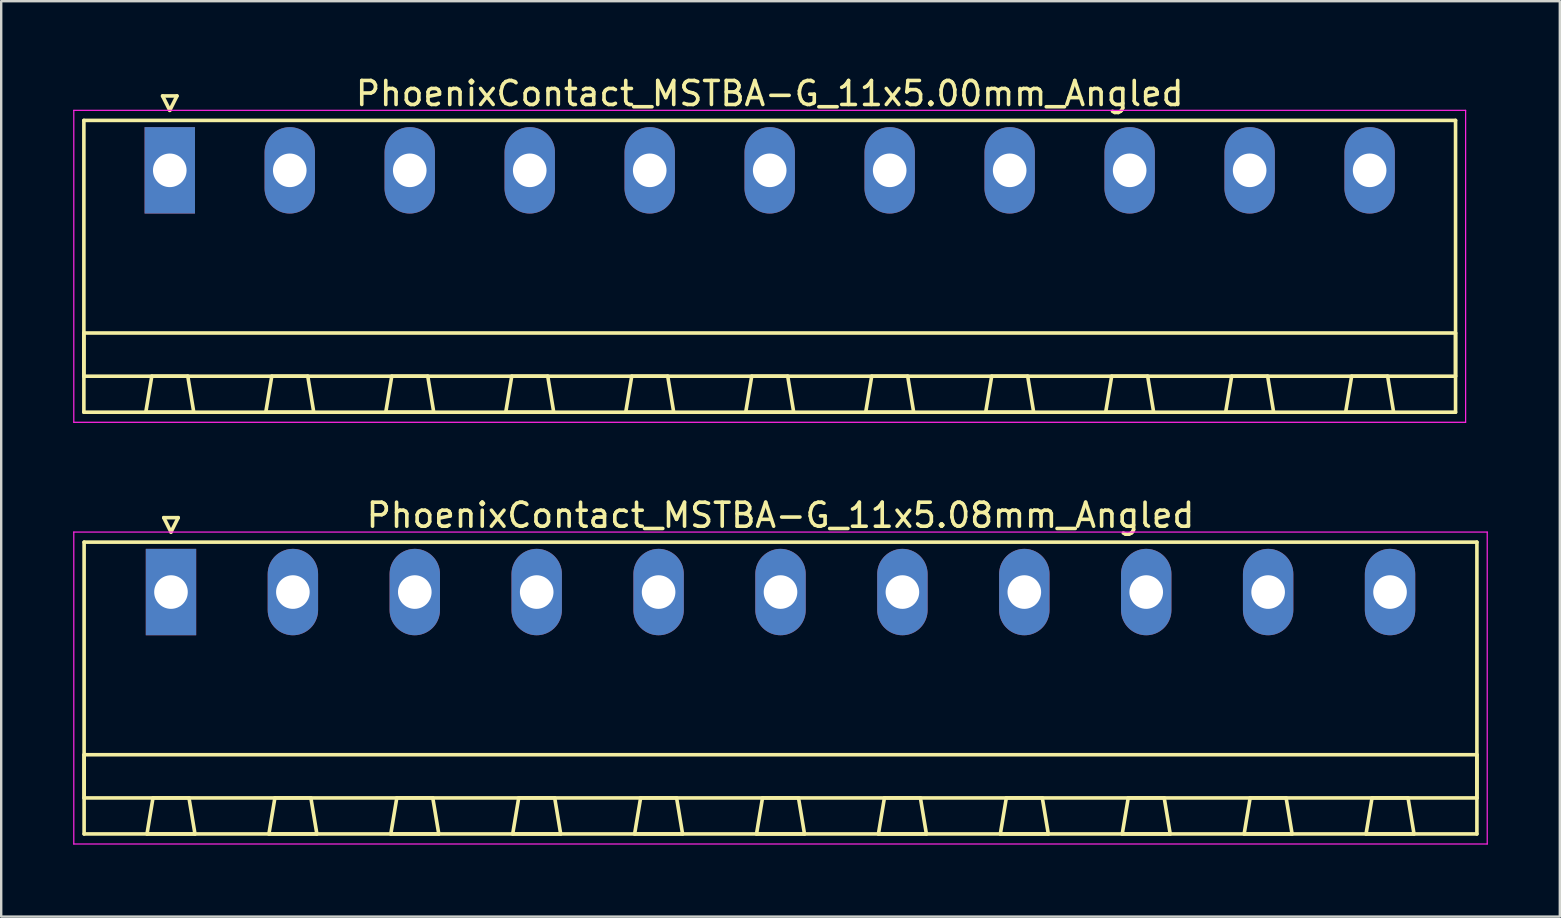
<source format=kicad_pcb>
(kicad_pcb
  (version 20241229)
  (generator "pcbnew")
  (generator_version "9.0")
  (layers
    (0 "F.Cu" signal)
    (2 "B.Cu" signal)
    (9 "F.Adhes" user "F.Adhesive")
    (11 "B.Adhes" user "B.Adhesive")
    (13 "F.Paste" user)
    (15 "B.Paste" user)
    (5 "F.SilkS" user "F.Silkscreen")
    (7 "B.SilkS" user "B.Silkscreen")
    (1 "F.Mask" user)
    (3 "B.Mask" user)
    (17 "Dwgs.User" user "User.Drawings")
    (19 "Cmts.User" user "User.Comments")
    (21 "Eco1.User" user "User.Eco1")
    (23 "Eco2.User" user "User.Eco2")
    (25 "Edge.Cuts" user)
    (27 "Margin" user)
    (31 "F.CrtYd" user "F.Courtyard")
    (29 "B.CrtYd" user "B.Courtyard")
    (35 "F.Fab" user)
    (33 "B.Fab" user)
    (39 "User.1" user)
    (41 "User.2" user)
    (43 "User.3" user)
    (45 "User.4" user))
  (footprint "PhoenixContact_MSTBA-G_11x5.00mm_Angled"
    (layer "F.Cu")
    (at 4.025 4.048)
    (property "Reference" "PhoenixContact_MSTBA-G_11x5.00mm_Angled" (at 25 -3.2 0) (layer "F.SilkS") (effects (font (size 1 1) (thickness 0.15))))
    (attr through_hole)
    (fp_line (start -3.58 -2.08) (end -3.58 10.08) (stroke (width 0.15) (type solid)) (layer "F.SilkS"))
    (fp_line (start -3.58 6.78) (end 53.58 6.78) (stroke (width 0.15) (type solid)) (layer "F.SilkS"))
    (fp_line (start -3.58 8.58) (end -3.58 6.78) (stroke (width 0.15) (type solid)) (layer "F.SilkS"))
    (fp_line (start -3.58 10.08) (end 53.58 10.08) (stroke (width 0.15) (type solid)) (layer "F.SilkS"))
    (fp_line (start -1 10.08) (end 1 10.08) (stroke (width 0.15) (type solid)) (layer "F.SilkS"))
    (fp_line (start -0.75 8.58) (end -1 10.08) (stroke (width 0.15) (type solid)) (layer "F.SilkS"))
    (fp_line (start -0.3 -3.1) (end 0 -2.5) (stroke (width 0.15) (type solid)) (layer "F.SilkS"))
    (fp_line (start 0 -2.5) (end 0.3 -3.1) (stroke (width 0.15) (type solid)) (layer "F.SilkS"))
    (fp_line (start 0.3 -3.1) (end -0.3 -3.1) (stroke (width 0.15) (type solid)) (layer "F.SilkS"))
    (fp_line (start 0.75 8.58) (end -0.75 8.58) (stroke (width 0.15) (type solid)) (layer "F.SilkS"))
    (fp_line (start 1 10.08) (end 0.75 8.58) (stroke (width 0.15) (type solid)) (layer "F.SilkS"))
    (fp_line (start 4 10.08) (end 6 10.08) (stroke (width 0.15) (type solid)) (layer "F.SilkS"))
    (fp_line (start 4.25 8.58) (end 4 10.08) (stroke (width 0.15) (type solid)) (layer "F.SilkS"))
    (fp_line (start 5.75 8.58) (end 4.25 8.58) (stroke (width 0.15) (type solid)) (layer "F.SilkS"))
    (fp_line (start 6 10.08) (end 5.75 8.58) (stroke (width 0.15) (type solid)) (layer "F.SilkS"))
    (fp_line (start 9 10.08) (end 11 10.08) (stroke (width 0.15) (type solid)) (layer "F.SilkS"))
    (fp_line (start 9.25 8.58) (end 9 10.08) (stroke (width 0.15) (type solid)) (layer "F.SilkS"))
    (fp_line (start 10.75 8.58) (end 9.25 8.58) (stroke (width 0.15) (type solid)) (layer "F.SilkS"))
    (fp_line (start 11 10.08) (end 10.75 8.58) (stroke (width 0.15) (type solid)) (layer "F.SilkS"))
    (fp_line (start 14 10.08) (end 16 10.08) (stroke (width 0.15) (type solid)) (layer "F.SilkS"))
    (fp_line (start 14.25 8.58) (end 14 10.08) (stroke (width 0.15) (type solid)) (layer "F.SilkS"))
    (fp_line (start 15.75 8.58) (end 14.25 8.58) (stroke (width 0.15) (type solid)) (layer "F.SilkS"))
    (fp_line (start 16 10.08) (end 15.75 8.58) (stroke (width 0.15) (type solid)) (layer "F.SilkS"))
    (fp_line (start 19 10.08) (end 21 10.08) (stroke (width 0.15) (type solid)) (layer "F.SilkS"))
    (fp_line (start 19.25 8.58) (end 19 10.08) (stroke (width 0.15) (type solid)) (layer "F.SilkS"))
    (fp_line (start 20.75 8.58) (end 19.25 8.58) (stroke (width 0.15) (type solid)) (layer "F.SilkS"))
    (fp_line (start 21 10.08) (end 20.75 8.58) (stroke (width 0.15) (type solid)) (layer "F.SilkS"))
    (fp_line (start 24 10.08) (end 26 10.08) (stroke (width 0.15) (type solid)) (layer "F.SilkS"))
    (fp_line (start 24.25 8.58) (end 24 10.08) (stroke (width 0.15) (type solid)) (layer "F.SilkS"))
    (fp_line (start 25.75 8.58) (end 24.25 8.58) (stroke (width 0.15) (type solid)) (layer "F.SilkS"))
    (fp_line (start 26 10.08) (end 25.75 8.58) (stroke (width 0.15) (type solid)) (layer "F.SilkS"))
    (fp_line (start 29 10.08) (end 31 10.08) (stroke (width 0.15) (type solid)) (layer "F.SilkS"))
    (fp_line (start 29.25 8.58) (end 29 10.08) (stroke (width 0.15) (type solid)) (layer "F.SilkS"))
    (fp_line (start 30.75 8.58) (end 29.25 8.58) (stroke (width 0.15) (type solid)) (layer "F.SilkS"))
    (fp_line (start 31 10.08) (end 30.75 8.58) (stroke (width 0.15) (type solid)) (layer "F.SilkS"))
    (fp_line (start 34 10.08) (end 36 10.08) (stroke (width 0.15) (type solid)) (layer "F.SilkS"))
    (fp_line (start 34.25 8.58) (end 34 10.08) (stroke (width 0.15) (type solid)) (layer "F.SilkS"))
    (fp_line (start 35.75 8.58) (end 34.25 8.58) (stroke (width 0.15) (type solid)) (layer "F.SilkS"))
    (fp_line (start 36 10.08) (end 35.75 8.58) (stroke (width 0.15) (type solid)) (layer "F.SilkS"))
    (fp_line (start 39 10.08) (end 41 10.08) (stroke (width 0.15) (type solid)) (layer "F.SilkS"))
    (fp_line (start 39.25 8.58) (end 39 10.08) (stroke (width 0.15) (type solid)) (layer "F.SilkS"))
    (fp_line (start 40.75 8.58) (end 39.25 8.58) (stroke (width 0.15) (type solid)) (layer "F.SilkS"))
    (fp_line (start 41 10.08) (end 40.75 8.58) (stroke (width 0.15) (type solid)) (layer "F.SilkS"))
    (fp_line (start 44 10.08) (end 46 10.08) (stroke (width 0.15) (type solid)) (layer "F.SilkS"))
    (fp_line (start 44.25 8.58) (end 44 10.08) (stroke (width 0.15) (type solid)) (layer "F.SilkS"))
    (fp_line (start 45.75 8.58) (end 44.25 8.58) (stroke (width 0.15) (type solid)) (layer "F.SilkS"))
    (fp_line (start 46 10.08) (end 45.75 8.58) (stroke (width 0.15) (type solid)) (layer "F.SilkS"))
    (fp_line (start 49 10.08) (end 51 10.08) (stroke (width 0.15) (type solid)) (layer "F.SilkS"))
    (fp_line (start 49.25 8.58) (end 49 10.08) (stroke (width 0.15) (type solid)) (layer "F.SilkS"))
    (fp_line (start 50.75 8.58) (end 49.25 8.58) (stroke (width 0.15) (type solid)) (layer "F.SilkS"))
    (fp_line (start 51 10.08) (end 50.75 8.58) (stroke (width 0.15) (type solid)) (layer "F.SilkS"))
    (fp_line (start 53.58 -2.08) (end -3.58 -2.08) (stroke (width 0.15) (type solid)) (layer "F.SilkS"))
    (fp_line (start 53.58 6.78) (end 53.58 8.58) (stroke (width 0.15) (type solid)) (layer "F.SilkS"))
    (fp_line (start 53.58 8.58) (end -3.58 8.58) (stroke (width 0.15) (type solid)) (layer "F.SilkS"))
    (fp_line (start 53.58 10.08) (end 53.58 -2.08) (stroke (width 0.15) (type solid)) (layer "F.SilkS"))
    (fp_line (start -4 -2.5) (end -4 10.5) (stroke (width 0.05) (type solid)) (layer "F.CrtYd"))
    (fp_line (start -4 10.5) (end 54 10.5) (stroke (width 0.05) (type solid)) (layer "F.CrtYd"))
    (fp_line (start 54 -2.5) (end -4 -2.5) (stroke (width 0.05) (type solid)) (layer "F.CrtYd"))
    (fp_line (start 54 10.5) (end 54 -2.5) (stroke (width 0.05) (type solid)) (layer "F.CrtYd"))
    (pad "1" thru_hole rect (at 0 0) (size 2.1 3.6) (drill 1.4) (layers "*.Cu" "*.Mask"))
    (pad "2" thru_hole oval (at 5 0) (size 2.1 3.6) (drill 1.4) (layers "*.Cu" "*.Mask"))
    (pad "3" thru_hole oval (at 10 0) (size 2.1 3.6) (drill 1.4) (layers "*.Cu" "*.Mask"))
    (pad "4" thru_hole oval (at 15 0) (size 2.1 3.6) (drill 1.4) (layers "*.Cu" "*.Mask"))
    (pad "5" thru_hole oval (at 20 0) (size 2.1 3.6) (drill 1.4) (layers "*.Cu" "*.Mask"))
    (pad "6" thru_hole oval (at 25 0) (size 2.1 3.6) (drill 1.4) (layers "*.Cu" "*.Mask"))
    (pad "7" thru_hole oval (at 30 0) (size 2.1 3.6) (drill 1.4) (layers "*.Cu" "*.Mask"))
    (pad "8" thru_hole oval (at 35 0) (size 2.1 3.6) (drill 1.4) (layers "*.Cu" "*.Mask"))
    (pad "9" thru_hole oval (at 40 0) (size 2.1 3.6) (drill 1.4) (layers "*.Cu" "*.Mask"))
    (pad "10" thru_hole oval (at 45 0) (size 2.1 3.6) (drill 1.4) (layers "*.Cu" "*.Mask"))
    (pad "11" thru_hole oval (at 50 0) (size 2.1 3.6) (drill 1.4) (layers "*.Cu" "*.Mask")))
  (footprint "PhoenixContact_MSTBA-G_11x5.08mm_Angled"
    (layer "F.Cu")
    (at 4.075 21.622)
    (property "Reference" "PhoenixContact_MSTBA-G_11x5.08mm_Angled" (at 25.4 -3.2 0) (layer "F.SilkS") (effects (font (size 1 1) (thickness 0.15))))
    (attr through_hole)
    (fp_line (start -3.62 -2.08) (end -3.62 10.08) (stroke (width 0.15) (type solid)) (layer "F.SilkS"))
    (fp_line (start -3.62 6.78) (end 54.42 6.78) (stroke (width 0.15) (type solid)) (layer "F.SilkS"))
    (fp_line (start -3.62 8.58) (end -3.62 6.78) (stroke (width 0.15) (type solid)) (layer "F.SilkS"))
    (fp_line (start -3.62 10.08) (end 54.42 10.08) (stroke (width 0.15) (type solid)) (layer "F.SilkS"))
    (fp_line (start -1 10.08) (end 1 10.08) (stroke (width 0.15) (type solid)) (layer "F.SilkS"))
    (fp_line (start -0.75 8.58) (end -1 10.08) (stroke (width 0.15) (type solid)) (layer "F.SilkS"))
    (fp_line (start -0.3 -3.1) (end 0 -2.5) (stroke (width 0.15) (type solid)) (layer "F.SilkS"))
    (fp_line (start 0 -2.5) (end 0.3 -3.1) (stroke (width 0.15) (type solid)) (layer "F.SilkS"))
    (fp_line (start 0.3 -3.1) (end -0.3 -3.1) (stroke (width 0.15) (type solid)) (layer "F.SilkS"))
    (fp_line (start 0.75 8.58) (end -0.75 8.58) (stroke (width 0.15) (type solid)) (layer "F.SilkS"))
    (fp_line (start 1 10.08) (end 0.75 8.58) (stroke (width 0.15) (type solid)) (layer "F.SilkS"))
    (fp_line (start 4.08 10.08) (end 6.08 10.08) (stroke (width 0.15) (type solid)) (layer "F.SilkS"))
    (fp_line (start 4.33 8.58) (end 4.08 10.08) (stroke (width 0.15) (type solid)) (layer "F.SilkS"))
    (fp_line (start 5.83 8.58) (end 4.33 8.58) (stroke (width 0.15) (type solid)) (layer "F.SilkS"))
    (fp_line (start 6.08 10.08) (end 5.83 8.58) (stroke (width 0.15) (type solid)) (layer "F.SilkS"))
    (fp_line (start 9.16 10.08) (end 11.16 10.08) (stroke (width 0.15) (type solid)) (layer "F.SilkS"))
    (fp_line (start 9.41 8.58) (end 9.16 10.08) (stroke (width 0.15) (type solid)) (layer "F.SilkS"))
    (fp_line (start 10.91 8.58) (end 9.41 8.58) (stroke (width 0.15) (type solid)) (layer "F.SilkS"))
    (fp_line (start 11.16 10.08) (end 10.91 8.58) (stroke (width 0.15) (type solid)) (layer "F.SilkS"))
    (fp_line (start 14.24 10.08) (end 16.24 10.08) (stroke (width 0.15) (type solid)) (layer "F.SilkS"))
    (fp_line (start 14.49 8.58) (end 14.24 10.08) (stroke (width 0.15) (type solid)) (layer "F.SilkS"))
    (fp_line (start 15.99 8.58) (end 14.49 8.58) (stroke (width 0.15) (type solid)) (layer "F.SilkS"))
    (fp_line (start 16.24 10.08) (end 15.99 8.58) (stroke (width 0.15) (type solid)) (layer "F.SilkS"))
    (fp_line (start 19.32 10.08) (end 21.32 10.08) (stroke (width 0.15) (type solid)) (layer "F.SilkS"))
    (fp_line (start 19.57 8.58) (end 19.32 10.08) (stroke (width 0.15) (type solid)) (layer "F.SilkS"))
    (fp_line (start 21.07 8.58) (end 19.57 8.58) (stroke (width 0.15) (type solid)) (layer "F.SilkS"))
    (fp_line (start 21.32 10.08) (end 21.07 8.58) (stroke (width 0.15) (type solid)) (layer "F.SilkS"))
    (fp_line (start 24.4 10.08) (end 26.4 10.08) (stroke (width 0.15) (type solid)) (layer "F.SilkS"))
    (fp_line (start 24.65 8.58) (end 24.4 10.08) (stroke (width 0.15) (type solid)) (layer "F.SilkS"))
    (fp_line (start 26.15 8.58) (end 24.65 8.58) (stroke (width 0.15) (type solid)) (layer "F.SilkS"))
    (fp_line (start 26.4 10.08) (end 26.15 8.58) (stroke (width 0.15) (type solid)) (layer "F.SilkS"))
    (fp_line (start 29.48 10.08) (end 31.48 10.08) (stroke (width 0.15) (type solid)) (layer "F.SilkS"))
    (fp_line (start 29.73 8.58) (end 29.48 10.08) (stroke (width 0.15) (type solid)) (layer "F.SilkS"))
    (fp_line (start 31.23 8.58) (end 29.73 8.58) (stroke (width 0.15) (type solid)) (layer "F.SilkS"))
    (fp_line (start 31.48 10.08) (end 31.23 8.58) (stroke (width 0.15) (type solid)) (layer "F.SilkS"))
    (fp_line (start 34.56 10.08) (end 36.56 10.08) (stroke (width 0.15) (type solid)) (layer "F.SilkS"))
    (fp_line (start 34.81 8.58) (end 34.56 10.08) (stroke (width 0.15) (type solid)) (layer "F.SilkS"))
    (fp_line (start 36.31 8.58) (end 34.81 8.58) (stroke (width 0.15) (type solid)) (layer "F.SilkS"))
    (fp_line (start 36.56 10.08) (end 36.31 8.58) (stroke (width 0.15) (type solid)) (layer "F.SilkS"))
    (fp_line (start 39.64 10.08) (end 41.64 10.08) (stroke (width 0.15) (type solid)) (layer "F.SilkS"))
    (fp_line (start 39.89 8.58) (end 39.64 10.08) (stroke (width 0.15) (type solid)) (layer "F.SilkS"))
    (fp_line (start 41.39 8.58) (end 39.89 8.58) (stroke (width 0.15) (type solid)) (layer "F.SilkS"))
    (fp_line (start 41.64 10.08) (end 41.39 8.58) (stroke (width 0.15) (type solid)) (layer "F.SilkS"))
    (fp_line (start 44.72 10.08) (end 46.72 10.08) (stroke (width 0.15) (type solid)) (layer "F.SilkS"))
    (fp_line (start 44.97 8.58) (end 44.72 10.08) (stroke (width 0.15) (type solid)) (layer "F.SilkS"))
    (fp_line (start 46.47 8.58) (end 44.97 8.58) (stroke (width 0.15) (type solid)) (layer "F.SilkS"))
    (fp_line (start 46.72 10.08) (end 46.47 8.58) (stroke (width 0.15) (type solid)) (layer "F.SilkS"))
    (fp_line (start 49.8 10.08) (end 51.8 10.08) (stroke (width 0.15) (type solid)) (layer "F.SilkS"))
    (fp_line (start 50.05 8.58) (end 49.8 10.08) (stroke (width 0.15) (type solid)) (layer "F.SilkS"))
    (fp_line (start 51.55 8.58) (end 50.05 8.58) (stroke (width 0.15) (type solid)) (layer "F.SilkS"))
    (fp_line (start 51.8 10.08) (end 51.55 8.58) (stroke (width 0.15) (type solid)) (layer "F.SilkS"))
    (fp_line (start 54.42 -2.08) (end -3.62 -2.08) (stroke (width 0.15) (type solid)) (layer "F.SilkS"))
    (fp_line (start 54.42 6.78) (end 54.42 8.58) (stroke (width 0.15) (type solid)) (layer "F.SilkS"))
    (fp_line (start 54.42 8.58) (end -3.62 8.58) (stroke (width 0.15) (type solid)) (layer "F.SilkS"))
    (fp_line (start 54.42 10.08) (end 54.42 -2.08) (stroke (width 0.15) (type solid)) (layer "F.SilkS"))
    (fp_line (start -4.05 -2.5) (end -4.05 10.5) (stroke (width 0.05) (type solid)) (layer "F.CrtYd"))
    (fp_line (start -4.05 10.5) (end 54.85 10.5) (stroke (width 0.05) (type solid)) (layer "F.CrtYd"))
    (fp_line (start 54.85 -2.5) (end -4.05 -2.5) (stroke (width 0.05) (type solid)) (layer "F.CrtYd"))
    (fp_line (start 54.85 10.5) (end 54.85 -2.5) (stroke (width 0.05) (type solid)) (layer "F.CrtYd"))
    (pad "1" thru_hole rect (at 0 0) (size 2.1 3.6) (drill 1.4) (layers "*.Cu" "*.Mask"))
    (pad "2" thru_hole oval (at 5.08 0) (size 2.1 3.6) (drill 1.4) (layers "*.Cu" "*.Mask"))
    (pad "3" thru_hole oval (at 10.16 0) (size 2.1 3.6) (drill 1.4) (layers "*.Cu" "*.Mask"))
    (pad "4" thru_hole oval (at 15.24 0) (size 2.1 3.6) (drill 1.4) (layers "*.Cu" "*.Mask"))
    (pad "5" thru_hole oval (at 20.32 0) (size 2.1 3.6) (drill 1.4) (layers "*.Cu" "*.Mask"))
    (pad "6" thru_hole oval (at 25.4 0) (size 2.1 3.6) (drill 1.4) (layers "*.Cu" "*.Mask"))
    (pad "7" thru_hole oval (at 30.48 0) (size 2.1 3.6) (drill 1.4) (layers "*.Cu" "*.Mask"))
    (pad "8" thru_hole oval (at 35.56 0) (size 2.1 3.6) (drill 1.4) (layers "*.Cu" "*.Mask"))
    (pad "9" thru_hole oval (at 40.64 0) (size 2.1 3.6) (drill 1.4) (layers "*.Cu" "*.Mask"))
    (pad "10" thru_hole oval (at 45.72 0) (size 2.1 3.6) (drill 1.4) (layers "*.Cu" "*.Mask"))
    (pad "11" thru_hole oval (at 50.8 0) (size 2.1 3.6) (drill 1.4) (layers "*.Cu" "*.Mask")))
  (gr_rect
    (start -3 -3)
    (end 61.95 35.147)
    (stroke (width 0.1) (type default))
    (fill no)
    (layer "Edge.Cuts")))
</source>
